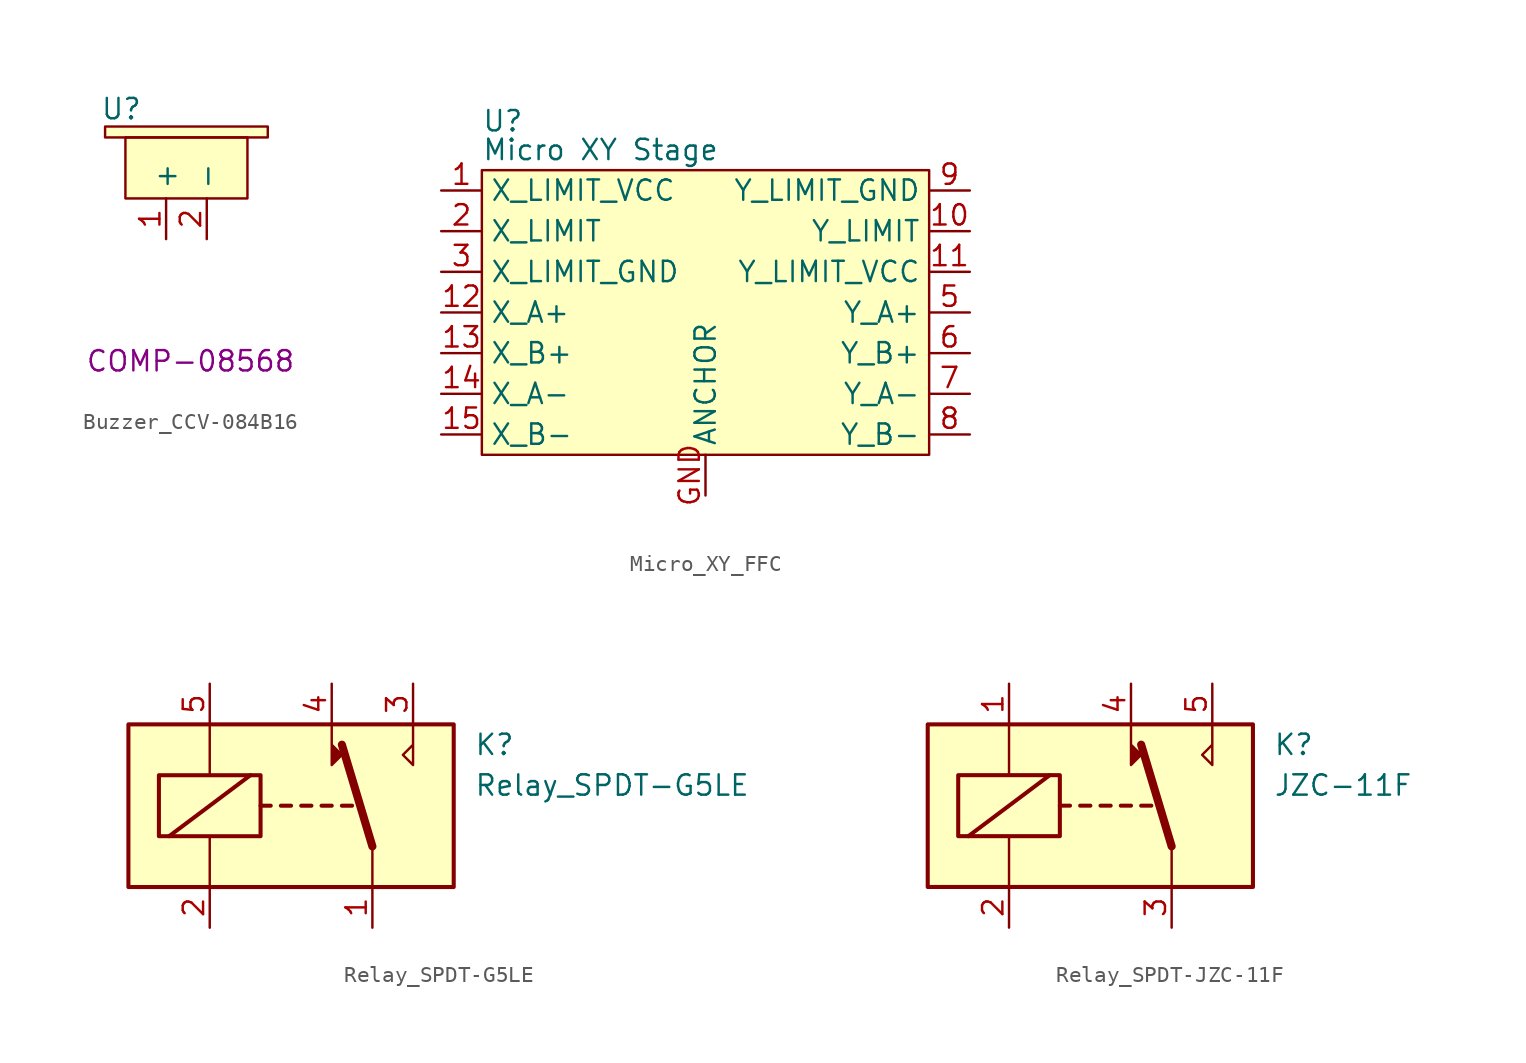
<source format=kicad_sym>
(kicad_symbol_lib
  (version 20231120)
  (generator "kicad_symbol_editor")
  (generator_version "8.0")
  (symbol "Buzzer_CCV-084B16"
    (property "Reference" "U"
      (at -4.064 5.588 0)
      (effects (font (size 1.27 1.27))))
    (property "Value" ""
      (at 0 0 0)
      (effects (font (size 1.27 1.27))))
    (property "PROD_ID" "COMP-08568"
      (at 0.254 -10.16 0)
      (effects (font (size 1.27 1.27))))
    (symbol "Buzzer_CCV-084B16_1_1"
      (rectangle (start -5.08 4.489) (end 5.08 3.81) (stroke (width 0) (type default)) (fill (type background)))
      (polyline (pts (xy -3.81 0) (xy 3.81 0) (xy 3.81 3.81) (xy -3.81 3.81) (xy -3.81 0)) (stroke (width 0) (type default)) (fill (type background)))
      (pin input line (at -1.27 -2.54 90) (length 2.54) (name "+" (effects (font (size 1.27 1.27)))) (number "1" (effects (font (size 1.27 1.27)))))
      (pin input line (at 1.27 -2.54 90) (length 2.54) (name "-" (effects (font (size 1.27 1.27)))) (number "2" (effects (font (size 1.27 1.27)))))))
  (symbol "Micro_XY_FFC"
    (property "Reference" "U"
      (at -13.97 12.7 0)
      (effects (font (size 1.27 1.27)) (justify left top)))
    (property "Value" "Micro XY Stage"
      (at -13.97 10.16 0)
      (effects (font (size 1.27 1.27)) (justify left)))
    (symbol "Micro_XY_FFC_1_1"
      (polyline (pts (xy -13.97 8.89) (xy -13.97 -8.89) (xy 13.97 -8.89) (xy 13.97 8.89) (xy -13.97 8.89)) (stroke (width 0) (type default)) (fill (type background)))
      (pin input line (at -16.51 7.62 0) (length 2.54) (name "X_LIMIT_VCC" (effects (font (size 1.27 1.27)))) (number "1" (effects (font (size 1.27 1.27)))))
      (pin input line (at 16.51 5.08 180) (length 2.54) (name "Y_LIMIT" (effects (font (size 1.27 1.27)))) (number "10" (effects (font (size 1.27 1.27)))))
      (pin input line (at 16.51 2.54 180) (length 2.54) (name "Y_LIMIT_VCC" (effects (font (size 1.27 1.27)))) (number "11" (effects (font (size 1.27 1.27)))))
      (pin input line (at -16.51 0 0) (length 2.54) (name "X_A+" (effects (font (size 1.27 1.27)))) (number "12" (effects (font (size 1.27 1.27)))))
      (pin input line (at -16.51 -2.54 0) (length 2.54) (name "X_B+" (effects (font (size 1.27 1.27)))) (number "13" (effects (font (size 1.27 1.27)))))
      (pin input line (at -16.51 -5.08 0) (length 2.54) (name "X_A-" (effects (font (size 1.27 1.27)))) (number "14" (effects (font (size 1.27 1.27)))))
      (pin input line (at -16.51 -7.62 0) (length 2.54) (name "X_B-" (effects (font (size 1.27 1.27)))) (number "15" (effects (font (size 1.27 1.27)))))
      (pin input line (at -16.51 5.08 0) (length 2.54) (name "X_LIMIT" (effects (font (size 1.27 1.27)))) (number "2" (effects (font (size 1.27 1.27)))))
      (pin input line (at -16.51 2.54 0) (length 2.54) (name "X_LIMIT_GND" (effects (font (size 1.27 1.27)))) (number "3" (effects (font (size 1.27 1.27)))))
      (pin no_connect line (at 0 -11.43 90) (length 2.54) hide (name "NC" (effects (font (size 1.27 1.27)))) (number "4" (effects (font (size 1.27 1.27)))))
      (pin input line (at 16.51 0 180) (length 2.54) (name "Y_A+" (effects (font (size 1.27 1.27)))) (number "5" (effects (font (size 1.27 1.27)))))
      (pin input line (at 16.51 -2.54 180) (length 2.54) (name "Y_B+" (effects (font (size 1.27 1.27)))) (number "6" (effects (font (size 1.27 1.27)))))
      (pin input line (at 16.51 -5.08 180) (length 2.54) (name "Y_A-" (effects (font (size 1.27 1.27)))) (number "7" (effects (font (size 1.27 1.27)))))
      (pin input line (at 16.51 -7.62 180) (length 2.54) (name "Y_B-" (effects (font (size 1.27 1.27)))) (number "8" (effects (font (size 1.27 1.27)))))
      (pin input line (at 16.51 7.62 180) (length 2.54) (name "Y_LIMIT_GND" (effects (font (size 1.27 1.27)))) (number "9" (effects (font (size 1.27 1.27)))))
      (pin passive line (at 0 -11.43 90) (length 2.54) (name "ANCHOR" (effects (font (size 1.27 1.27)))) (number "GND" (effects (font (size 1.27 1.27)))))))
  (symbol "Relay_SPDT-G5LE"
    (property "Reference" "K"
      (at 11.43 3.81 0)
      (effects (font (size 1.27 1.27)) (justify left)))
    (property "Value" "Relay_SPDT-G5LE"
      (at 11.43 1.27 0)
      (effects (font (size 1.27 1.27)) (justify left)))
    (symbol "Relay_SPDT-G5LE_0_0"
      (polyline (pts (xy 2.54 5.08) (xy 2.54 2.54) (xy 3.175 3.175) (xy 2.54 3.81)) (stroke (width 0) (type default)) (fill (type outline)))
      (polyline (pts (xy 7.62 5.08) (xy 7.62 2.54) (xy 6.985 3.175) (xy 7.62 3.81)) (stroke (width 0) (type default)) (fill (type none))))
    (symbol "Relay_SPDT-G5LE_0_1"
      (rectangle (start -10.16 5.08) (end 10.16 -5.08) (stroke (width 0.254) (type default)) (fill (type background)))
      (rectangle (start -8.255 1.905) (end -1.905 -1.905) (stroke (width 0.254) (type default)) (fill (type none)))
      (polyline (pts (xy -7.62 -1.905) (xy -2.54 1.905)) (stroke (width 0.254) (type default)) (fill (type none)))
      (polyline (pts (xy -5.08 -5.08) (xy -5.08 -1.905)) (stroke (width 0) (type default)) (fill (type none)))
      (polyline (pts (xy -5.08 5.08) (xy -5.08 1.905)) (stroke (width 0) (type default)) (fill (type none)))
      (polyline (pts (xy -1.905 0) (xy -1.27 0)) (stroke (width 0.254) (type default)) (fill (type none)))
      (polyline (pts (xy -0.635 0) (xy 0 0)) (stroke (width 0.254) (type default)) (fill (type none)))
      (polyline (pts (xy 0.635 0) (xy 1.27 0)) (stroke (width 0.254) (type default)) (fill (type none)))
      (polyline (pts (xy 1.905 0) (xy 2.54 0)) (stroke (width 0.254) (type default)) (fill (type none)))
      (polyline (pts (xy 3.175 0) (xy 3.81 0)) (stroke (width 0.254) (type default)) (fill (type none)))
      (polyline (pts (xy 5.08 -2.54) (xy 3.175 3.81)) (stroke (width 0.508) (type default)) (fill (type none)))
      (polyline (pts (xy 5.08 -2.54) (xy 5.08 -5.08)) (stroke (width 0) (type default)) (fill (type none))))
    (symbol "Relay_SPDT-G5LE_1_1"
      (pin passive line (at 5.08 -7.62 90) (length 2.54) (name "" (effects (font (size 1.27 1.27)))) (number "1" (effects (font (size 1.27 1.27)))))
      (pin passive line (at -5.08 -7.62 90) (length 2.54) (name "" (effects (font (size 1.27 1.27)))) (number "2" (effects (font (size 1.27 1.27)))))
      (pin passive line (at 7.62 7.62 270) (length 2.54) (name "" (effects (font (size 1.27 1.27)))) (number "3" (effects (font (size 1.27 1.27)))))
      (pin passive line (at 2.54 7.62 270) (length 2.54) (name "" (effects (font (size 1.27 1.27)))) (number "4" (effects (font (size 1.27 1.27)))))
      (pin passive line (at -5.08 7.62 270) (length 2.54) (name "" (effects (font (size 1.27 1.27)))) (number "5" (effects (font (size 1.27 1.27)))))))
  (symbol "Relay_SPDT-JZC-11F"
    (property "Reference" "K"
      (at 11.43 3.81 0)
      (effects (font (size 1.27 1.27)) (justify left)))
    (property "Value" "JZC-11F"
      (at 11.43 1.27 0)
      (effects (font (size 1.27 1.27)) (justify left)))
    (symbol "Relay_SPDT-JZC-11F_0_0"
      (polyline (pts (xy 2.54 5.08) (xy 2.54 2.54) (xy 3.175 3.175) (xy 2.54 3.81)) (stroke (width 0) (type default)) (fill (type outline)))
      (polyline (pts (xy 7.62 5.08) (xy 7.62 2.54) (xy 6.985 3.175) (xy 7.62 3.81)) (stroke (width 0) (type default)) (fill (type none))))
    (symbol "Relay_SPDT-JZC-11F_0_1"
      (rectangle (start -10.16 5.08) (end 10.16 -5.08) (stroke (width 0.254) (type default)) (fill (type background)))
      (rectangle (start -8.255 1.905) (end -1.905 -1.905) (stroke (width 0.254) (type default)) (fill (type none)))
      (polyline (pts (xy -7.62 -1.905) (xy -2.54 1.905)) (stroke (width 0.254) (type default)) (fill (type none)))
      (polyline (pts (xy -5.08 -5.08) (xy -5.08 -1.905)) (stroke (width 0) (type default)) (fill (type none)))
      (polyline (pts (xy -5.08 5.08) (xy -5.08 1.905)) (stroke (width 0) (type default)) (fill (type none)))
      (polyline (pts (xy -1.905 0) (xy -1.27 0)) (stroke (width 0.254) (type default)) (fill (type none)))
      (polyline (pts (xy -0.635 0) (xy 0 0)) (stroke (width 0.254) (type default)) (fill (type none)))
      (polyline (pts (xy 0.635 0) (xy 1.27 0)) (stroke (width 0.254) (type default)) (fill (type none)))
      (polyline (pts (xy 1.905 0) (xy 2.54 0)) (stroke (width 0.254) (type default)) (fill (type none)))
      (polyline (pts (xy 3.175 0) (xy 3.81 0)) (stroke (width 0.254) (type default)) (fill (type none)))
      (polyline (pts (xy 5.08 -2.54) (xy 3.175 3.81)) (stroke (width 0.508) (type default)) (fill (type none)))
      (polyline (pts (xy 5.08 -2.54) (xy 5.08 -5.08)) (stroke (width 0) (type default)) (fill (type none))))
    (symbol "Relay_SPDT-JZC-11F_1_1"
      (pin passive line (at -5.08 7.62 270) (length 2.54) (name "" (effects (font (size 1.27 1.27)))) (number "1" (effects (font (size 1.27 1.27)))))
      (pin passive line (at -5.08 -7.62 90) (length 2.54) (name "" (effects (font (size 1.27 1.27)))) (number "2" (effects (font (size 1.27 1.27)))))
      (pin passive line (at 5.08 -7.62 90) (length 2.54) (name "" (effects (font (size 1.27 1.27)))) (number "3" (effects (font (size 1.27 1.27)))))
      (pin passive line (at 2.54 7.62 270) (length 2.54) (name "" (effects (font (size 1.27 1.27)))) (number "4" (effects (font (size 1.27 1.27)))))
      (pin passive line (at 7.62 7.62 270) (length 2.54) (name "" (effects (font (size 1.27 1.27)))) (number "5" (effects (font (size 1.27 1.27))))))))
</source>
